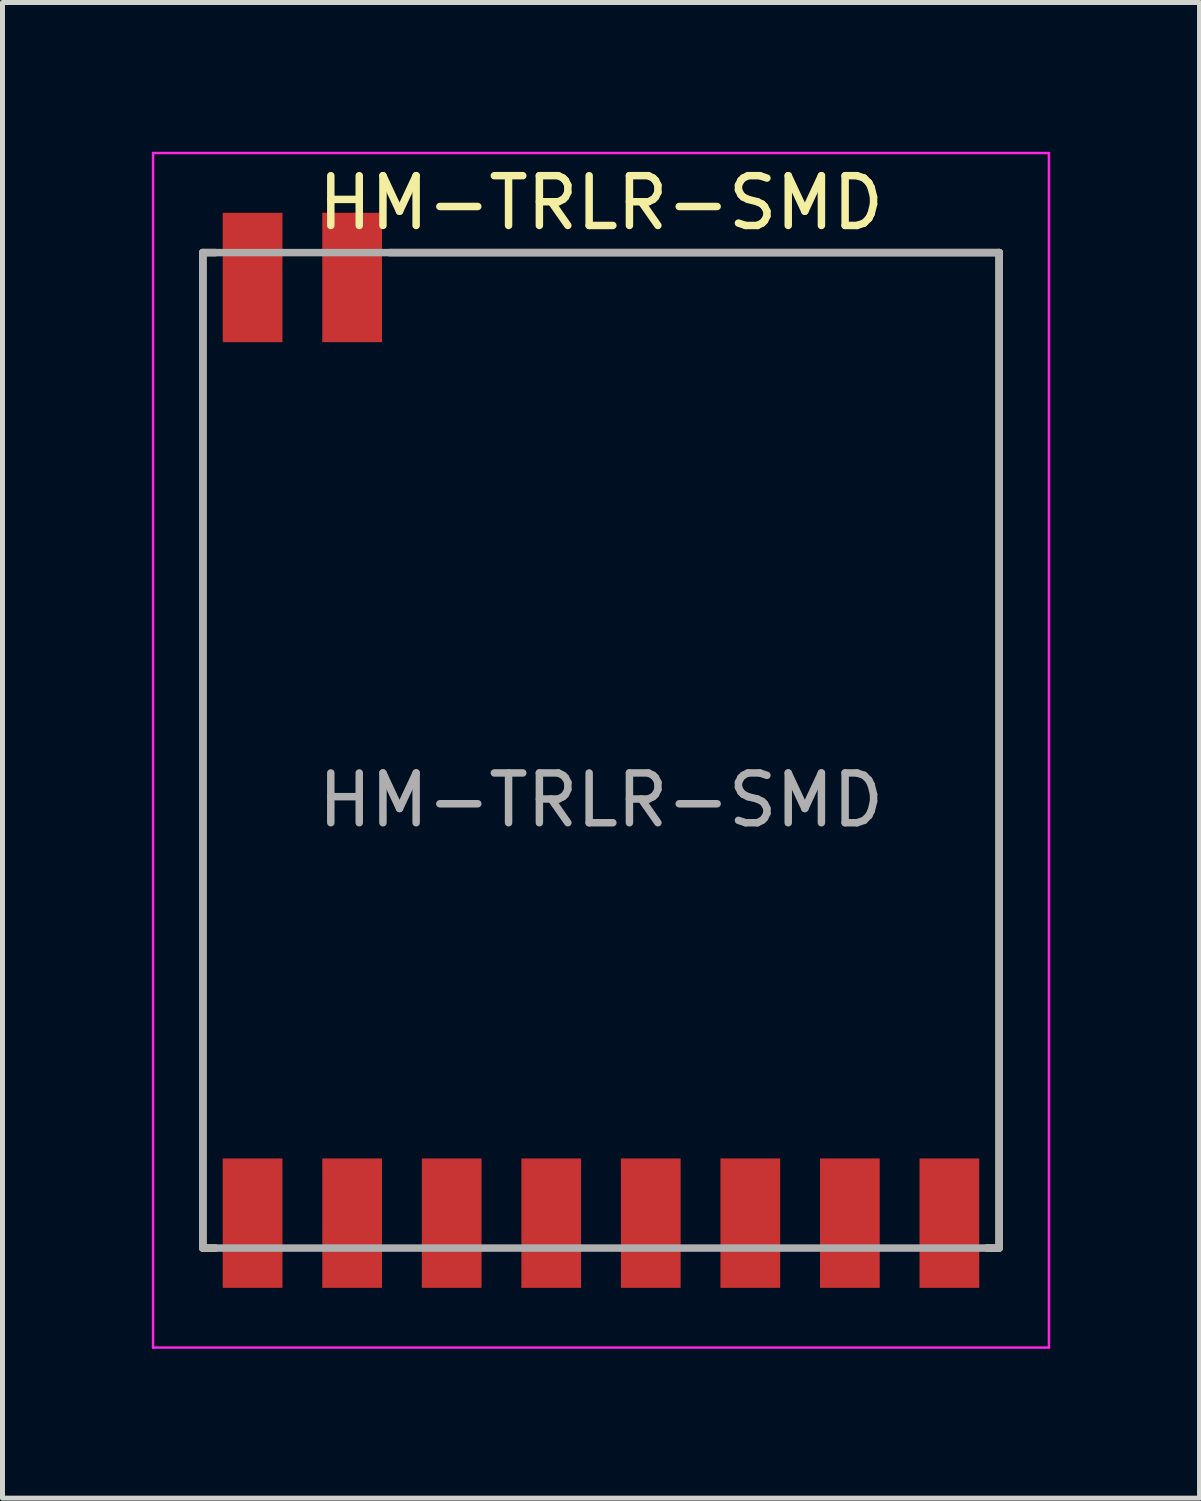
<source format=kicad_pcb>
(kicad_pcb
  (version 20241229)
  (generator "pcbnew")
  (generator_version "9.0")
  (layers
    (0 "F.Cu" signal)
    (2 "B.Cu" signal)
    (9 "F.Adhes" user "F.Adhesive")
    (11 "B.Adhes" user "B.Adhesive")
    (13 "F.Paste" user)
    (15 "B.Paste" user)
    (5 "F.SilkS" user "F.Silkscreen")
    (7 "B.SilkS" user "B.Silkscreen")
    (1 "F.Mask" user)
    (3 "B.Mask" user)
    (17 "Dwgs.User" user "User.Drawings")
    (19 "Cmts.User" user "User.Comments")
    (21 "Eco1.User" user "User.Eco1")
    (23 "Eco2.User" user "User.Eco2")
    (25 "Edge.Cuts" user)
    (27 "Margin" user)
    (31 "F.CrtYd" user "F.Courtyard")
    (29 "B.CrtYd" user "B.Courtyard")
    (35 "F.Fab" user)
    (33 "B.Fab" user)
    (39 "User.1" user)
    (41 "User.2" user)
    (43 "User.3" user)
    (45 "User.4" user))
  (footprint "HM-TRLR-SMD"
    (layer "F.Cu")
    (at 9.025 12.025)
    (property "Reference" "HM-TRLR-SMD" (at 0 -11 0) (layer "F.SilkS") (effects (font (size 1 1) (thickness 0.15))))
    (attr smd)
    (fp_line (start -8 -10) (end -7.75 -10) (stroke (width 0.15) (type solid)) (layer "F.SilkS"))
    (fp_line (start -8 10) (end -8 -10) (stroke (width 0.15) (type solid)) (layer "F.SilkS"))
    (fp_line (start -7.75 10) (end -8 10) (stroke (width 0.15) (type solid)) (layer "F.SilkS"))
    (fp_line (start -4.25 -10) (end 8 -10) (stroke (width 0.15) (type solid)) (layer "F.SilkS"))
    (fp_line (start 8 -10) (end 8 10) (stroke (width 0.15) (type solid)) (layer "F.SilkS"))
    (fp_line (start 8 10) (end 7.75 10) (stroke (width 0.15) (type solid)) (layer "F.SilkS"))
    (fp_line (start -9 -12) (end 9 -12) (stroke (width 0.05) (type solid)) (layer "F.CrtYd"))
    (fp_line (start -9 12) (end -9 -12) (stroke (width 0.05) (type solid)) (layer "F.CrtYd"))
    (fp_line (start 9 -12) (end 9 12) (stroke (width 0.05) (type solid)) (layer "F.CrtYd"))
    (fp_line (start 9 12) (end -9 12) (stroke (width 0.05) (type solid)) (layer "F.CrtYd"))
    (fp_line (start -8 -10) (end -8 10) (stroke (width 0.15) (type solid)) (layer "F.Fab"))
    (fp_line (start -8 10) (end 8 10) (stroke (width 0.15) (type solid)) (layer "F.Fab"))
    (fp_line (start 8 -10) (end -8 -10) (stroke (width 0.15) (type solid)) (layer "F.Fab"))
    (fp_line (start 8 10) (end 8 -10) (stroke (width 0.15) (type solid)) (layer "F.Fab"))
    (fp_text user "${REFERENCE}" (at 0 1 0) (layer "F.Fab") (effects (font (size 1 1) (thickness 0.15))))
    (pad "1" smd rect (at -7 9.5) (size 1.2 2.6) (layers "F.Cu" "F.Mask" "F.Paste"))
    (pad "2" smd rect (at -5 9.5) (size 1.2 2.6) (layers "F.Cu" "F.Mask" "F.Paste"))
    (pad "3" smd rect (at -3 9.5) (size 1.2 2.6) (layers "F.Cu" "F.Mask" "F.Paste"))
    (pad "4" smd rect (at -1 9.5) (size 1.2 2.6) (layers "F.Cu" "F.Mask" "F.Paste"))
    (pad "5" smd rect (at 1 9.5) (size 1.2 2.6) (layers "F.Cu" "F.Mask" "F.Paste"))
    (pad "6" smd rect (at 3 9.5) (size 1.2 2.6) (layers "F.Cu" "F.Mask" "F.Paste"))
    (pad "7" smd rect (at 5 9.5) (size 1.2 2.6) (layers "F.Cu" "F.Mask" "F.Paste"))
    (pad "8" smd rect (at 7 9.5) (size 1.2 2.6) (layers "F.Cu" "F.Mask" "F.Paste"))
    (pad "9" smd rect (at -5 -9.5) (size 1.2 2.6) (layers "F.Cu" "F.Mask" "F.Paste"))
    (pad "10" smd rect (at -7 -9.5) (size 1.2 2.6) (layers "F.Cu" "F.Mask" "F.Paste")))
  (gr_rect
    (start -3 -3)
    (end 21.05 27.05)
    (stroke (width 0.1) (type default))
    (fill no)
    (layer "Edge.Cuts")))
</source>
